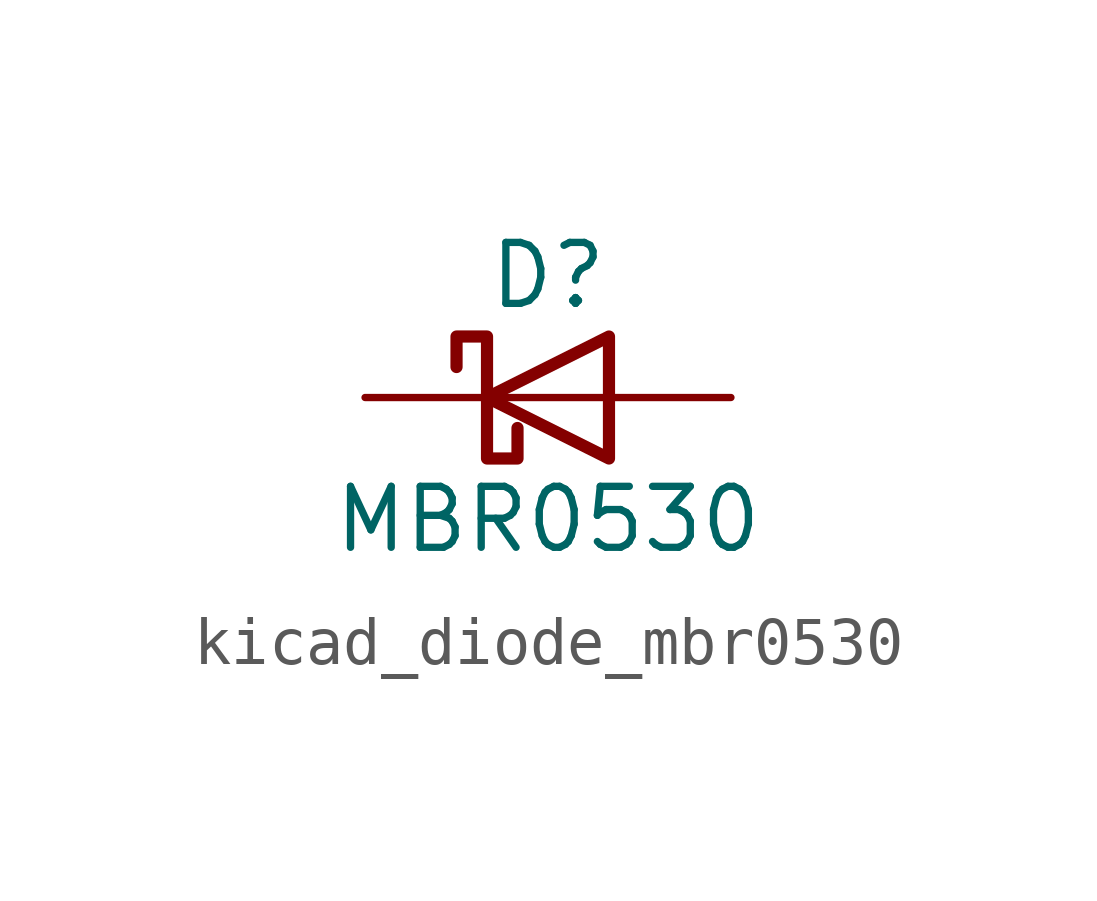
<source format=kicad_sym>
(kicad_symbol_lib
  (version 20220914)
  (generator kicad_symbol_editor)
  (symbol "kicad_diode_mbr0530"
    (pin_numbers hide)
    (pin_names
      (offset 1.016) hide)
    (property "Reference" "D"
      (at 0 2.54 0)
      (effects (font (size 1.27 1.27))))
    (property "Value" "MBR0530"
      (at 0 -2.54 0)
      (effects (font (size 1.27 1.27))))
    (symbol "kicad_diode_mbr0530_0_1"
      (polyline (pts (xy 1.27 0) (xy -1.27 0)) (stroke (width 0) (type default)) (fill (type none)))
      (polyline (pts (xy 1.27 1.27) (xy 1.27 -1.27) (xy -1.27 0) (xy 1.27 1.27)) (stroke (width 0.254) (type default)) (fill (type none)))
      (polyline (pts (xy -1.905 0.635) (xy -1.905 1.27) (xy -1.27 1.27) (xy -1.27 -1.27) (xy -0.635 -1.27) (xy -0.635 -0.635)) (stroke (width 0.254) (type default)) (fill (type none))))
    (symbol "kicad_diode_mbr0530_1_1"
      (pin passive line (at -3.81 0 0) (length 2.54) (name "K" (effects (font (size 1.27 1.27)))) (number "1" (effects (font (size 1.27 1.27)))))
      (pin passive line (at 3.81 0 180) (length 2.54) (name "A" (effects (font (size 1.27 1.27)))) (number "2" (effects (font (size 1.27 1.27))))))))
</source>
